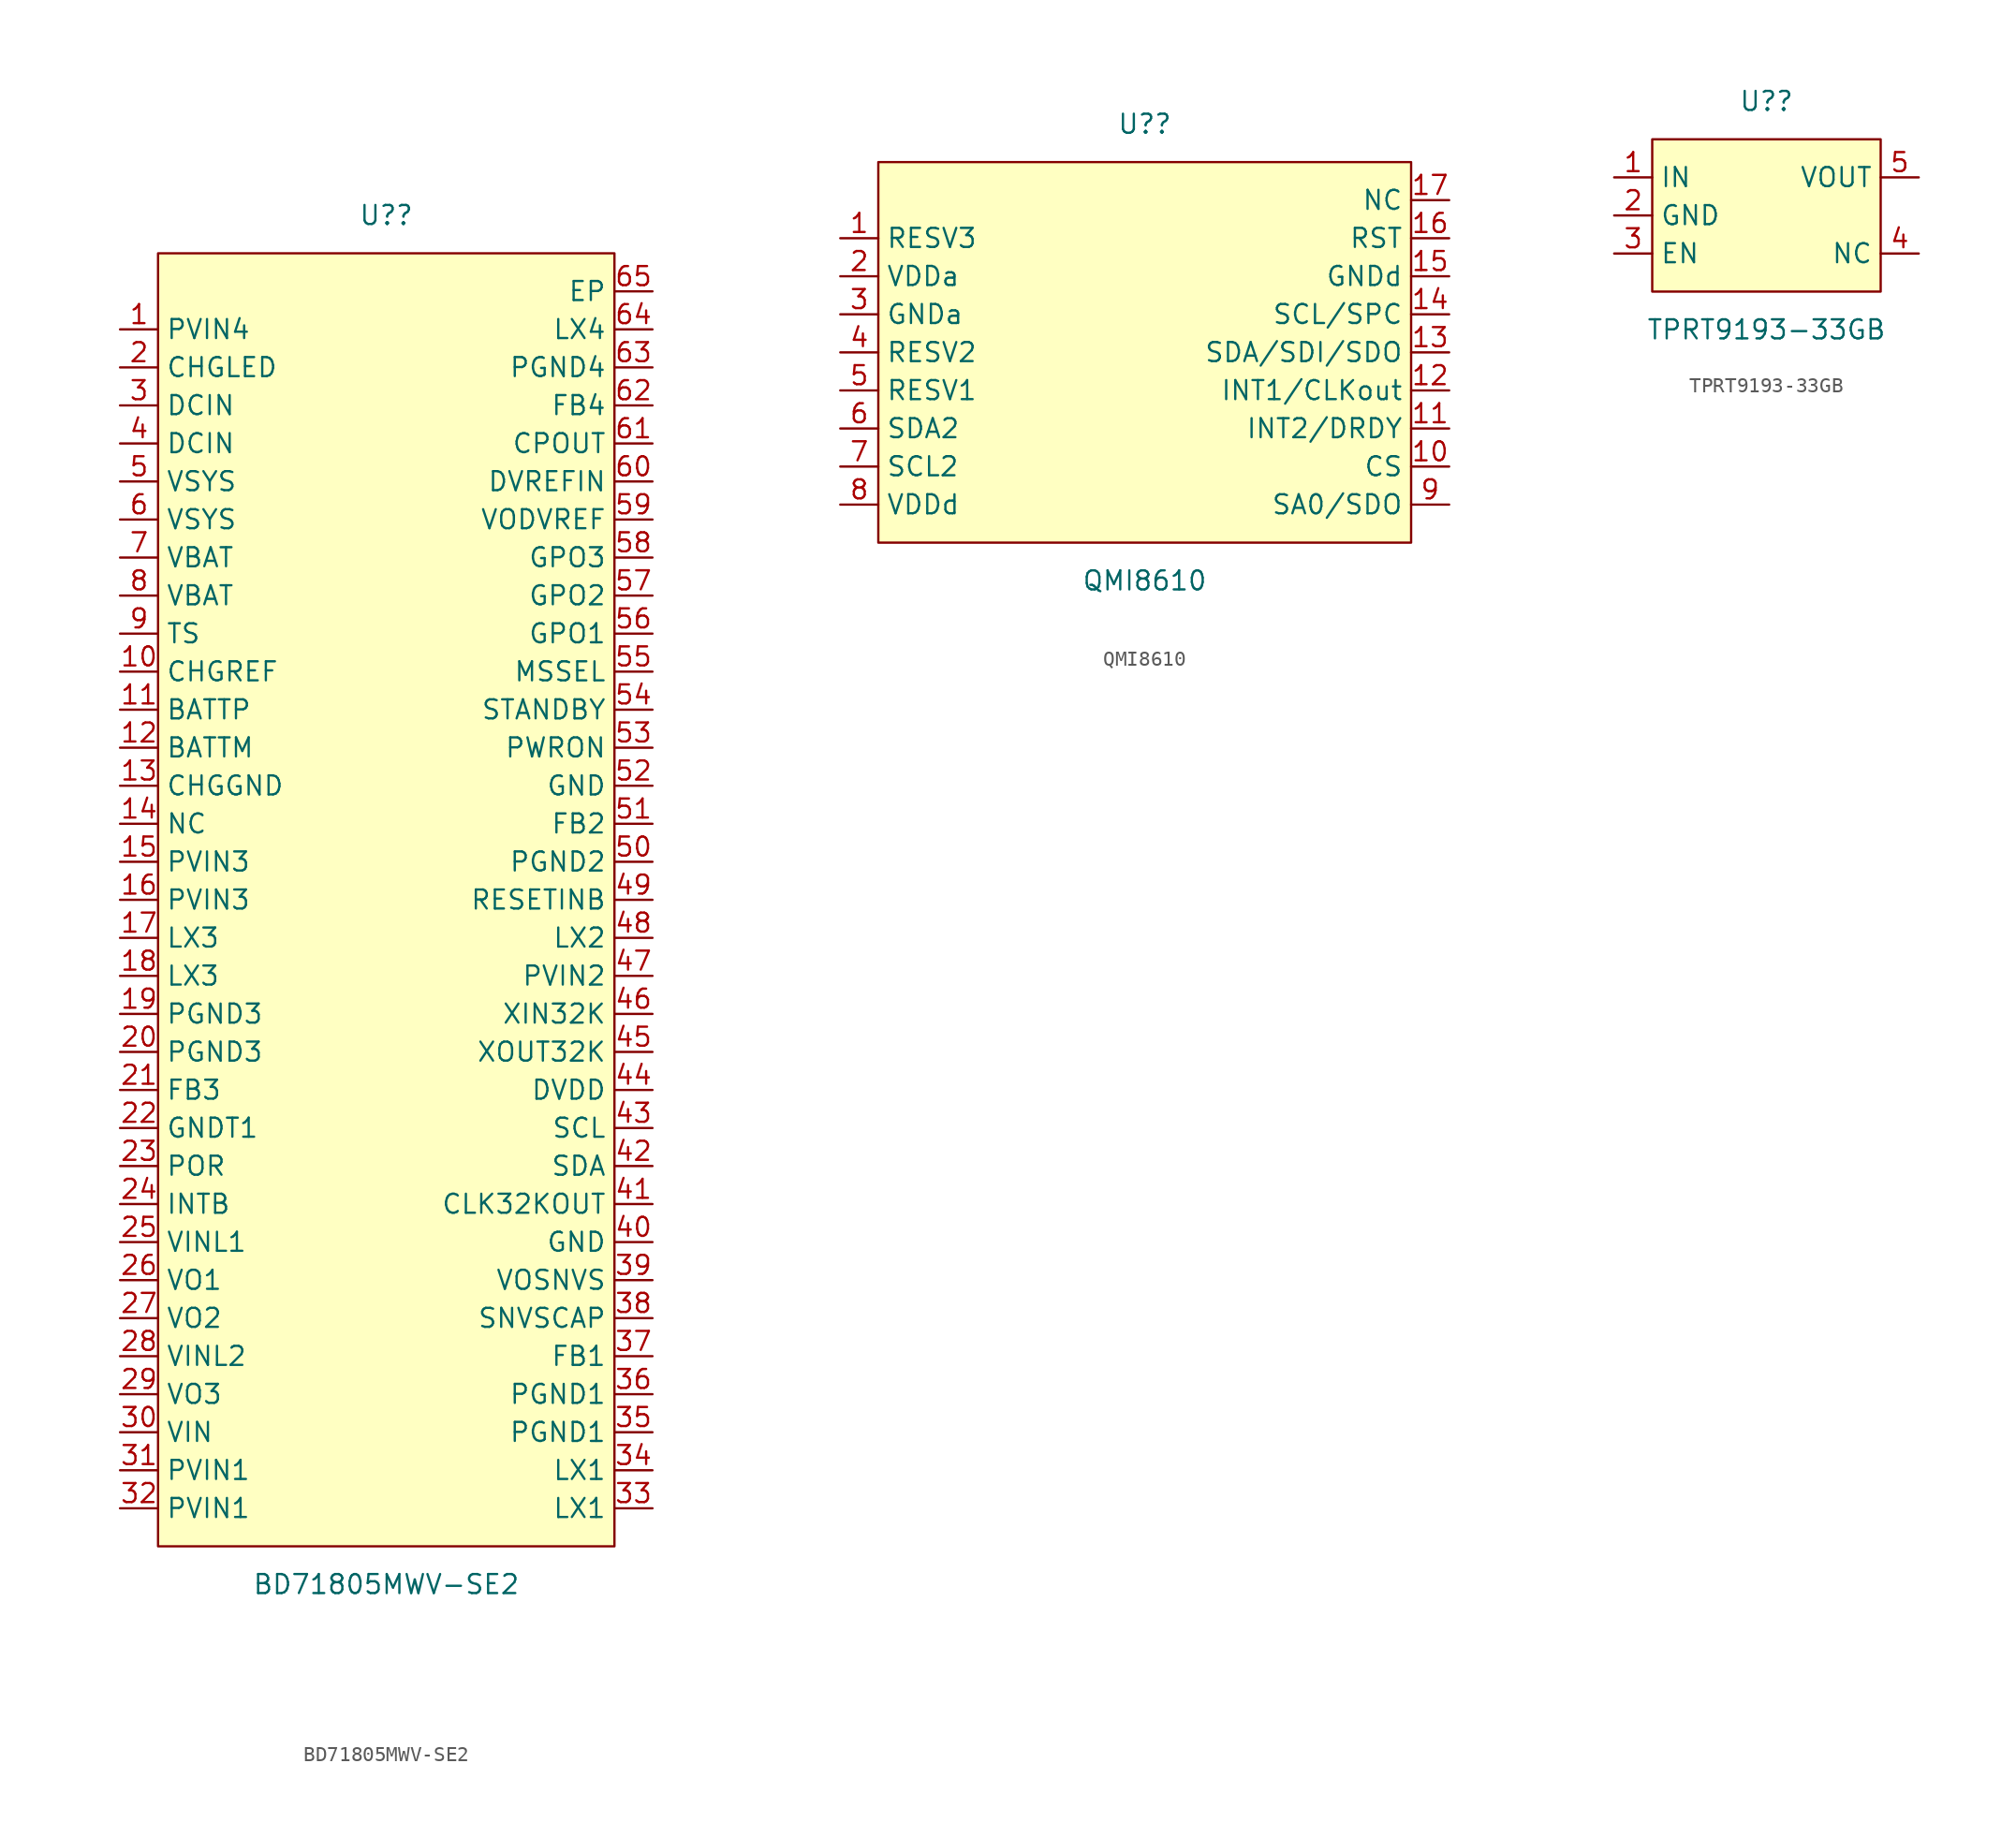
<source format=kicad_sym>
(kicad_symbol_lib
  (version 20211014)
  (generator https://github.com/uPesy/easyeda2kicad.py)
  (symbol "BD71805MWV-SE2"
    (property "Reference" "U?"
      (at 0 45.72 0)
      (effects (font (size 1.27 1.27))))
    (property "Value" "BD71805MWV-SE2"
      (at 0 -45.72 0)
      (effects (font (size 1.27 1.27))))
    (symbol "BD71805MWV-SE2_0_1"
      (rectangle (start -15.24 43.18) (end 15.24 -43.18) (stroke (width 0) (type default) (color 0 0 0 0)) (fill (type background)))
      (pin unspecified line (at -17.78 38.10 0) (length 2.54) (name "PVIN4" (effects (font (size 1.27 1.27)))) (number "1" (effects (font (size 1.27 1.27)))))
      (pin unspecified line (at -17.78 35.56 0) (length 2.54) (name "CHGLED" (effects (font (size 1.27 1.27)))) (number "2" (effects (font (size 1.27 1.27)))))
      (pin unspecified line (at -17.78 33.02 0) (length 2.54) (name "DCIN" (effects (font (size 1.27 1.27)))) (number "3" (effects (font (size 1.27 1.27)))))
      (pin unspecified line (at -17.78 30.48 0) (length 2.54) (name "DCIN" (effects (font (size 1.27 1.27)))) (number "4" (effects (font (size 1.27 1.27)))))
      (pin unspecified line (at -17.78 27.94 0) (length 2.54) (name "VSYS" (effects (font (size 1.27 1.27)))) (number "5" (effects (font (size 1.27 1.27)))))
      (pin unspecified line (at -17.78 25.40 0) (length 2.54) (name "VSYS" (effects (font (size 1.27 1.27)))) (number "6" (effects (font (size 1.27 1.27)))))
      (pin unspecified line (at -17.78 22.86 0) (length 2.54) (name "VBAT" (effects (font (size 1.27 1.27)))) (number "7" (effects (font (size 1.27 1.27)))))
      (pin unspecified line (at -17.78 20.32 0) (length 2.54) (name "VBAT" (effects (font (size 1.27 1.27)))) (number "8" (effects (font (size 1.27 1.27)))))
      (pin unspecified line (at -17.78 17.78 0) (length 2.54) (name "TS" (effects (font (size 1.27 1.27)))) (number "9" (effects (font (size 1.27 1.27)))))
      (pin unspecified line (at -17.78 15.24 0) (length 2.54) (name "CHGREF" (effects (font (size 1.27 1.27)))) (number "10" (effects (font (size 1.27 1.27)))))
      (pin unspecified line (at -17.78 12.70 0) (length 2.54) (name "BATTP" (effects (font (size 1.27 1.27)))) (number "11" (effects (font (size 1.27 1.27)))))
      (pin unspecified line (at -17.78 10.16 0) (length 2.54) (name "BATTM" (effects (font (size 1.27 1.27)))) (number "12" (effects (font (size 1.27 1.27)))))
      (pin unspecified line (at -17.78 7.62 0) (length 2.54) (name "CHGGND" (effects (font (size 1.27 1.27)))) (number "13" (effects (font (size 1.27 1.27)))))
      (pin unspecified line (at -17.78 5.08 0) (length 2.54) (name "NC" (effects (font (size 1.27 1.27)))) (number "14" (effects (font (size 1.27 1.27)))))
      (pin unspecified line (at -17.78 2.54 0) (length 2.54) (name "PVIN3" (effects (font (size 1.27 1.27)))) (number "15" (effects (font (size 1.27 1.27)))))
      (pin unspecified line (at -17.78 -0.00 0) (length 2.54) (name "PVIN3" (effects (font (size 1.27 1.27)))) (number "16" (effects (font (size 1.27 1.27)))))
      (pin unspecified line (at -17.78 -2.54 0) (length 2.54) (name "LX3" (effects (font (size 1.27 1.27)))) (number "17" (effects (font (size 1.27 1.27)))))
      (pin unspecified line (at -17.78 -5.08 0) (length 2.54) (name "LX3" (effects (font (size 1.27 1.27)))) (number "18" (effects (font (size 1.27 1.27)))))
      (pin unspecified line (at -17.78 -7.62 0) (length 2.54) (name "PGND3" (effects (font (size 1.27 1.27)))) (number "19" (effects (font (size 1.27 1.27)))))
      (pin unspecified line (at -17.78 -10.16 0) (length 2.54) (name "PGND3" (effects (font (size 1.27 1.27)))) (number "20" (effects (font (size 1.27 1.27)))))
      (pin unspecified line (at -17.78 -12.70 0) (length 2.54) (name "FB3" (effects (font (size 1.27 1.27)))) (number "21" (effects (font (size 1.27 1.27)))))
      (pin unspecified line (at -17.78 -15.24 0) (length 2.54) (name "GNDT1" (effects (font (size 1.27 1.27)))) (number "22" (effects (font (size 1.27 1.27)))))
      (pin unspecified line (at -17.78 -17.78 0) (length 2.54) (name "POR" (effects (font (size 1.27 1.27)))) (number "23" (effects (font (size 1.27 1.27)))))
      (pin unspecified line (at -17.78 -20.32 0) (length 2.54) (name "INTB" (effects (font (size 1.27 1.27)))) (number "24" (effects (font (size 1.27 1.27)))))
      (pin unspecified line (at -17.78 -22.86 0) (length 2.54) (name "VINL1" (effects (font (size 1.27 1.27)))) (number "25" (effects (font (size 1.27 1.27)))))
      (pin unspecified line (at -17.78 -25.40 0) (length 2.54) (name "VO1" (effects (font (size 1.27 1.27)))) (number "26" (effects (font (size 1.27 1.27)))))
      (pin unspecified line (at -17.78 -27.94 0) (length 2.54) (name "VO2" (effects (font (size 1.27 1.27)))) (number "27" (effects (font (size 1.27 1.27)))))
      (pin unspecified line (at -17.78 -30.48 0) (length 2.54) (name "VINL2" (effects (font (size 1.27 1.27)))) (number "28" (effects (font (size 1.27 1.27)))))
      (pin unspecified line (at -17.78 -33.02 0) (length 2.54) (name "VO3" (effects (font (size 1.27 1.27)))) (number "29" (effects (font (size 1.27 1.27)))))
      (pin unspecified line (at -17.78 -35.56 0) (length 2.54) (name "VIN" (effects (font (size 1.27 1.27)))) (number "30" (effects (font (size 1.27 1.27)))))
      (pin unspecified line (at -17.78 -38.10 0) (length 2.54) (name "PVIN1" (effects (font (size 1.27 1.27)))) (number "31" (effects (font (size 1.27 1.27)))))
      (pin unspecified line (at -17.78 -40.64 0) (length 2.54) (name "PVIN1" (effects (font (size 1.27 1.27)))) (number "32" (effects (font (size 1.27 1.27)))))
      (pin unspecified line (at 17.78 -40.64 180) (length 2.54) (name "LX1" (effects (font (size 1.27 1.27)))) (number "33" (effects (font (size 1.27 1.27)))))
      (pin unspecified line (at 17.78 -38.10 180) (length 2.54) (name "LX1" (effects (font (size 1.27 1.27)))) (number "34" (effects (font (size 1.27 1.27)))))
      (pin unspecified line (at 17.78 -35.56 180) (length 2.54) (name "PGND1" (effects (font (size 1.27 1.27)))) (number "35" (effects (font (size 1.27 1.27)))))
      (pin unspecified line (at 17.78 -33.02 180) (length 2.54) (name "PGND1" (effects (font (size 1.27 1.27)))) (number "36" (effects (font (size 1.27 1.27)))))
      (pin unspecified line (at 17.78 -30.48 180) (length 2.54) (name "FB1" (effects (font (size 1.27 1.27)))) (number "37" (effects (font (size 1.27 1.27)))))
      (pin unspecified line (at 17.78 -27.94 180) (length 2.54) (name "SNVSCAP" (effects (font (size 1.27 1.27)))) (number "38" (effects (font (size 1.27 1.27)))))
      (pin unspecified line (at 17.78 -25.40 180) (length 2.54) (name "VOSNVS" (effects (font (size 1.27 1.27)))) (number "39" (effects (font (size 1.27 1.27)))))
      (pin unspecified line (at 17.78 -22.86 180) (length 2.54) (name "GND" (effects (font (size 1.27 1.27)))) (number "40" (effects (font (size 1.27 1.27)))))
      (pin unspecified line (at 17.78 -20.32 180) (length 2.54) (name "CLK32KOUT" (effects (font (size 1.27 1.27)))) (number "41" (effects (font (size 1.27 1.27)))))
      (pin unspecified line (at 17.78 -17.78 180) (length 2.54) (name "SDA" (effects (font (size 1.27 1.27)))) (number "42" (effects (font (size 1.27 1.27)))))
      (pin unspecified line (at 17.78 -15.24 180) (length 2.54) (name "SCL" (effects (font (size 1.27 1.27)))) (number "43" (effects (font (size 1.27 1.27)))))
      (pin unspecified line (at 17.78 -12.70 180) (length 2.54) (name "DVDD" (effects (font (size 1.27 1.27)))) (number "44" (effects (font (size 1.27 1.27)))))
      (pin unspecified line (at 17.78 -10.16 180) (length 2.54) (name "XOUT32K" (effects (font (size 1.27 1.27)))) (number "45" (effects (font (size 1.27 1.27)))))
      (pin unspecified line (at 17.78 -7.62 180) (length 2.54) (name "XIN32K" (effects (font (size 1.27 1.27)))) (number "46" (effects (font (size 1.27 1.27)))))
      (pin unspecified line (at 17.78 -5.08 180) (length 2.54) (name "PVIN2" (effects (font (size 1.27 1.27)))) (number "47" (effects (font (size 1.27 1.27)))))
      (pin unspecified line (at 17.78 -2.54 180) (length 2.54) (name "LX2" (effects (font (size 1.27 1.27)))) (number "48" (effects (font (size 1.27 1.27)))))
      (pin unspecified line (at 17.78 -0.00 180) (length 2.54) (name "RESETINB" (effects (font (size 1.27 1.27)))) (number "49" (effects (font (size 1.27 1.27)))))
      (pin unspecified line (at 17.78 2.54 180) (length 2.54) (name "PGND2" (effects (font (size 1.27 1.27)))) (number "50" (effects (font (size 1.27 1.27)))))
      (pin unspecified line (at 17.78 5.08 180) (length 2.54) (name "FB2" (effects (font (size 1.27 1.27)))) (number "51" (effects (font (size 1.27 1.27)))))
      (pin unspecified line (at 17.78 7.62 180) (length 2.54) (name "GND" (effects (font (size 1.27 1.27)))) (number "52" (effects (font (size 1.27 1.27)))))
      (pin unspecified line (at 17.78 10.16 180) (length 2.54) (name "PWRON" (effects (font (size 1.27 1.27)))) (number "53" (effects (font (size 1.27 1.27)))))
      (pin unspecified line (at 17.78 12.70 180) (length 2.54) (name "STANDBY" (effects (font (size 1.27 1.27)))) (number "54" (effects (font (size 1.27 1.27)))))
      (pin unspecified line (at 17.78 15.24 180) (length 2.54) (name "MSSEL" (effects (font (size 1.27 1.27)))) (number "55" (effects (font (size 1.27 1.27)))))
      (pin unspecified line (at 17.78 17.78 180) (length 2.54) (name "GPO1" (effects (font (size 1.27 1.27)))) (number "56" (effects (font (size 1.27 1.27)))))
      (pin unspecified line (at 17.78 20.32 180) (length 2.54) (name "GPO2" (effects (font (size 1.27 1.27)))) (number "57" (effects (font (size 1.27 1.27)))))
      (pin unspecified line (at 17.78 22.86 180) (length 2.54) (name "GPO3" (effects (font (size 1.27 1.27)))) (number "58" (effects (font (size 1.27 1.27)))))
      (pin unspecified line (at 17.78 25.40 180) (length 2.54) (name "VODVREF" (effects (font (size 1.27 1.27)))) (number "59" (effects (font (size 1.27 1.27)))))
      (pin unspecified line (at 17.78 27.94 180) (length 2.54) (name "DVREFIN" (effects (font (size 1.27 1.27)))) (number "60" (effects (font (size 1.27 1.27)))))
      (pin unspecified line (at 17.78 30.48 180) (length 2.54) (name "CPOUT" (effects (font (size 1.27 1.27)))) (number "61" (effects (font (size 1.27 1.27)))))
      (pin unspecified line (at 17.78 33.02 180) (length 2.54) (name "FB4" (effects (font (size 1.27 1.27)))) (number "62" (effects (font (size 1.27 1.27)))))
      (pin unspecified line (at 17.78 35.56 180) (length 2.54) (name "PGND4" (effects (font (size 1.27 1.27)))) (number "63" (effects (font (size 1.27 1.27)))))
      (pin unspecified line (at 17.78 38.10 180) (length 2.54) (name "LX4" (effects (font (size 1.27 1.27)))) (number "64" (effects (font (size 1.27 1.27)))))
      (pin unspecified line (at 17.78 40.64 180) (length 2.54) (name "EP" (effects (font (size 1.27 1.27)))) (number "65" (effects (font (size 1.27 1.27)))))))
  (symbol "QMI8610"
    (property "Reference" "U?"
      (at 0 15.24 0)
      (effects (font (size 1.27 1.27))))
    (property "Value" "QMI8610"
      (at 0 -15.24 0)
      (effects (font (size 1.27 1.27))))
    (symbol "QMI8610_0_1"
      (rectangle (start -17.78 12.70) (end 17.78 -12.70) (stroke (width 0) (type default) (color 0 0 0 0)) (fill (type background)))
      (pin unspecified line (at -20.32 7.62 0) (length 2.54) (name "RESV3" (effects (font (size 1.27 1.27)))) (number "1" (effects (font (size 1.27 1.27)))))
      (pin unspecified line (at -20.32 5.08 0) (length 2.54) (name "VDDa" (effects (font (size 1.27 1.27)))) (number "2" (effects (font (size 1.27 1.27)))))
      (pin unspecified line (at -20.32 2.54 0) (length 2.54) (name "GNDa" (effects (font (size 1.27 1.27)))) (number "3" (effects (font (size 1.27 1.27)))))
      (pin unspecified line (at -20.32 -0.00 0) (length 2.54) (name "RESV2" (effects (font (size 1.27 1.27)))) (number "4" (effects (font (size 1.27 1.27)))))
      (pin unspecified line (at -20.32 -2.54 0) (length 2.54) (name "RESV1" (effects (font (size 1.27 1.27)))) (number "5" (effects (font (size 1.27 1.27)))))
      (pin unspecified line (at -20.32 -5.08 0) (length 2.54) (name "SDA2" (effects (font (size 1.27 1.27)))) (number "6" (effects (font (size 1.27 1.27)))))
      (pin unspecified line (at -20.32 -7.62 0) (length 2.54) (name "SCL2" (effects (font (size 1.27 1.27)))) (number "7" (effects (font (size 1.27 1.27)))))
      (pin unspecified line (at -20.32 -10.16 0) (length 2.54) (name "VDDd" (effects (font (size 1.27 1.27)))) (number "8" (effects (font (size 1.27 1.27)))))
      (pin unspecified line (at 20.32 -10.16 180) (length 2.54) (name "SA0/SDO" (effects (font (size 1.27 1.27)))) (number "9" (effects (font (size 1.27 1.27)))))
      (pin unspecified line (at 20.32 -7.62 180) (length 2.54) (name "CS" (effects (font (size 1.27 1.27)))) (number "10" (effects (font (size 1.27 1.27)))))
      (pin unspecified line (at 20.32 -5.08 180) (length 2.54) (name "INT2/DRDY" (effects (font (size 1.27 1.27)))) (number "11" (effects (font (size 1.27 1.27)))))
      (pin unspecified line (at 20.32 -2.54 180) (length 2.54) (name "INT1/CLKout" (effects (font (size 1.27 1.27)))) (number "12" (effects (font (size 1.27 1.27)))))
      (pin unspecified line (at 20.32 -0.00 180) (length 2.54) (name "SDA/SDI/SDO" (effects (font (size 1.27 1.27)))) (number "13" (effects (font (size 1.27 1.27)))))
      (pin unspecified line (at 20.32 2.54 180) (length 2.54) (name "SCL/SPC" (effects (font (size 1.27 1.27)))) (number "14" (effects (font (size 1.27 1.27)))))
      (pin unspecified line (at 20.32 5.08 180) (length 2.54) (name "GNDd" (effects (font (size 1.27 1.27)))) (number "15" (effects (font (size 1.27 1.27)))))
      (pin unspecified line (at 20.32 7.62 180) (length 2.54) (name "RST" (effects (font (size 1.27 1.27)))) (number "16" (effects (font (size 1.27 1.27)))))
      (pin unspecified line (at 20.32 10.16 180) (length 2.54) (name "NC" (effects (font (size 1.27 1.27)))) (number "17" (effects (font (size 1.27 1.27)))))))
  (symbol "TPRT9193-33GB"
    (property "Reference" "U?"
      (at 0 7.62 0)
      (effects (font (size 1.27 1.27))))
    (property "Value" "TPRT9193-33GB"
      (at 0 -7.62 0)
      (effects (font (size 1.27 1.27))))
    (symbol "TPRT9193-33GB_0_1"
      (rectangle (start -7.62 5.08) (end 7.62 -5.08) (stroke (width 0) (type default) (color 0 0 0 0)) (fill (type background)))
      (pin unspecified line (at -10.16 2.54 0) (length 2.54) (name "IN" (effects (font (size 1.27 1.27)))) (number "1" (effects (font (size 1.27 1.27)))))
      (pin unspecified line (at -10.16 -0.00 0) (length 2.54) (name "GND" (effects (font (size 1.27 1.27)))) (number "2" (effects (font (size 1.27 1.27)))))
      (pin unspecified line (at -10.16 -2.54 0) (length 2.54) (name "EN" (effects (font (size 1.27 1.27)))) (number "3" (effects (font (size 1.27 1.27)))))
      (pin unspecified line (at 10.16 -2.54 180) (length 2.54) (name "NC" (effects (font (size 1.27 1.27)))) (number "4" (effects (font (size 1.27 1.27)))))
      (pin unspecified line (at 10.16 2.54 180) (length 2.54) (name "VOUT" (effects (font (size 1.27 1.27)))) (number "5" (effects (font (size 1.27 1.27))))))))
</source>
